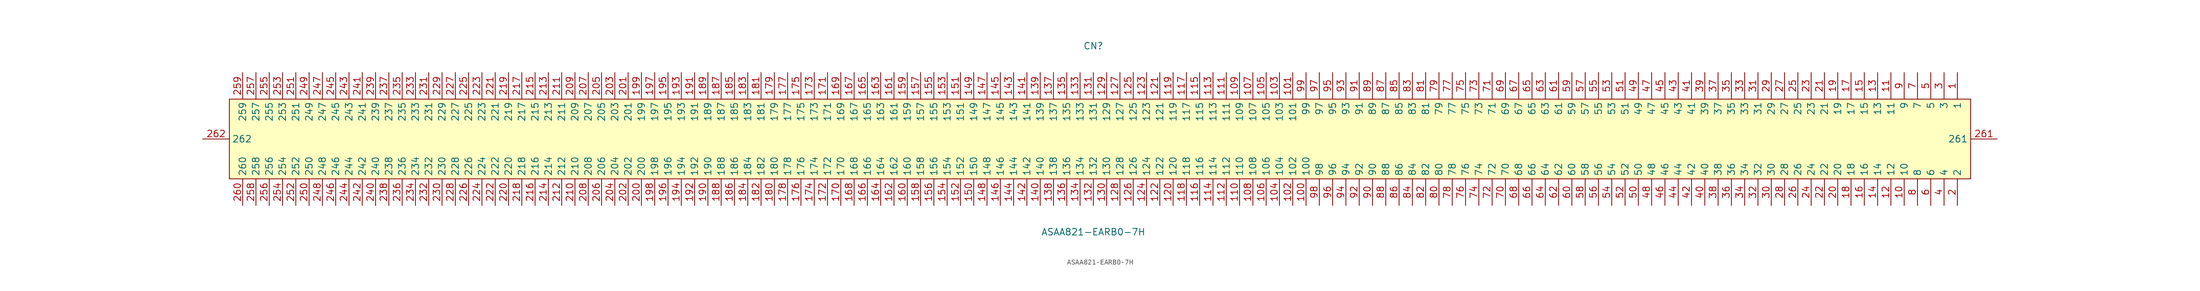
<source format=kicad_sym>
(kicad_symbol_lib
  (version 20231120)
  (generator "kicad_symbol_editor")
  (generator_version "8.0")
  (symbol "ASAA821-EARB0-7H"
    (property "Reference" "CN"
      (at 0 17.78 0)
      (effects (font (size 1.27 1.27))))
    (property "Value" "ASAA821-EARB0-7H"
      (at 0 -17.78 0)
      (effects (font (size 1.27 1.27))))
    (symbol "ASAA821-EARB0-7H_0_1"
      (rectangle (start -165.1 7.62) (end 167.64 -7.62) (stroke (width 0) (type default)) (fill (type background)))
      (pin unspecified line (at 165.1 12.7 270) (length 5.08) (name "1" (effects (font (size 1.27 1.27)))) (number "1" (effects (font (size 1.27 1.27)))))
      (pin unspecified line (at 154.94 -12.7 90) (length 5.08) (name "10" (effects (font (size 1.27 1.27)))) (number "10" (effects (font (size 1.27 1.27)))))
      (pin unspecified line (at 40.64 -12.7 90) (length 5.08) (name "100" (effects (font (size 1.27 1.27)))) (number "100" (effects (font (size 1.27 1.27)))))
      (pin unspecified line (at 38.1 12.7 270) (length 5.08) (name "101" (effects (font (size 1.27 1.27)))) (number "101" (effects (font (size 1.27 1.27)))))
      (pin unspecified line (at 38.1 -12.7 90) (length 5.08) (name "102" (effects (font (size 1.27 1.27)))) (number "102" (effects (font (size 1.27 1.27)))))
      (pin unspecified line (at 35.56 12.7 270) (length 5.08) (name "103" (effects (font (size 1.27 1.27)))) (number "103" (effects (font (size 1.27 1.27)))))
      (pin unspecified line (at 35.56 -12.7 90) (length 5.08) (name "104" (effects (font (size 1.27 1.27)))) (number "104" (effects (font (size 1.27 1.27)))))
      (pin unspecified line (at 33.02 12.7 270) (length 5.08) (name "105" (effects (font (size 1.27 1.27)))) (number "105" (effects (font (size 1.27 1.27)))))
      (pin unspecified line (at 33.02 -12.7 90) (length 5.08) (name "106" (effects (font (size 1.27 1.27)))) (number "106" (effects (font (size 1.27 1.27)))))
      (pin unspecified line (at 30.48 12.7 270) (length 5.08) (name "107" (effects (font (size 1.27 1.27)))) (number "107" (effects (font (size 1.27 1.27)))))
      (pin unspecified line (at 30.48 -12.7 90) (length 5.08) (name "108" (effects (font (size 1.27 1.27)))) (number "108" (effects (font (size 1.27 1.27)))))
      (pin unspecified line (at 27.94 12.7 270) (length 5.08) (name "109" (effects (font (size 1.27 1.27)))) (number "109" (effects (font (size 1.27 1.27)))))
      (pin unspecified line (at 152.4 12.7 270) (length 5.08) (name "11" (effects (font (size 1.27 1.27)))) (number "11" (effects (font (size 1.27 1.27)))))
      (pin unspecified line (at 27.94 -12.7 90) (length 5.08) (name "110" (effects (font (size 1.27 1.27)))) (number "110" (effects (font (size 1.27 1.27)))))
      (pin unspecified line (at 25.4 12.7 270) (length 5.08) (name "111" (effects (font (size 1.27 1.27)))) (number "111" (effects (font (size 1.27 1.27)))))
      (pin unspecified line (at 25.4 -12.7 90) (length 5.08) (name "112" (effects (font (size 1.27 1.27)))) (number "112" (effects (font (size 1.27 1.27)))))
      (pin unspecified line (at 22.86 12.7 270) (length 5.08) (name "113" (effects (font (size 1.27 1.27)))) (number "113" (effects (font (size 1.27 1.27)))))
      (pin unspecified line (at 22.86 -12.7 90) (length 5.08) (name "114" (effects (font (size 1.27 1.27)))) (number "114" (effects (font (size 1.27 1.27)))))
      (pin unspecified line (at 20.32 12.7 270) (length 5.08) (name "115" (effects (font (size 1.27 1.27)))) (number "115" (effects (font (size 1.27 1.27)))))
      (pin unspecified line (at 20.32 -12.7 90) (length 5.08) (name "116" (effects (font (size 1.27 1.27)))) (number "116" (effects (font (size 1.27 1.27)))))
      (pin unspecified line (at 17.78 12.7 270) (length 5.08) (name "117" (effects (font (size 1.27 1.27)))) (number "117" (effects (font (size 1.27 1.27)))))
      (pin unspecified line (at 17.78 -12.7 90) (length 5.08) (name "118" (effects (font (size 1.27 1.27)))) (number "118" (effects (font (size 1.27 1.27)))))
      (pin unspecified line (at 15.24 12.7 270) (length 5.08) (name "119" (effects (font (size 1.27 1.27)))) (number "119" (effects (font (size 1.27 1.27)))))
      (pin unspecified line (at 152.4 -12.7 90) (length 5.08) (name "12" (effects (font (size 1.27 1.27)))) (number "12" (effects (font (size 1.27 1.27)))))
      (pin unspecified line (at 15.24 -12.7 90) (length 5.08) (name "120" (effects (font (size 1.27 1.27)))) (number "120" (effects (font (size 1.27 1.27)))))
      (pin unspecified line (at 12.7 12.7 270) (length 5.08) (name "121" (effects (font (size 1.27 1.27)))) (number "121" (effects (font (size 1.27 1.27)))))
      (pin unspecified line (at 12.7 -12.7 90) (length 5.08) (name "122" (effects (font (size 1.27 1.27)))) (number "122" (effects (font (size 1.27 1.27)))))
      (pin unspecified line (at 10.16 12.7 270) (length 5.08) (name "123" (effects (font (size 1.27 1.27)))) (number "123" (effects (font (size 1.27 1.27)))))
      (pin unspecified line (at 10.16 -12.7 90) (length 5.08) (name "124" (effects (font (size 1.27 1.27)))) (number "124" (effects (font (size 1.27 1.27)))))
      (pin unspecified line (at 7.62 12.7 270) (length 5.08) (name "125" (effects (font (size 1.27 1.27)))) (number "125" (effects (font (size 1.27 1.27)))))
      (pin unspecified line (at 7.62 -12.7 90) (length 5.08) (name "126" (effects (font (size 1.27 1.27)))) (number "126" (effects (font (size 1.27 1.27)))))
      (pin unspecified line (at 5.08 12.7 270) (length 5.08) (name "127" (effects (font (size 1.27 1.27)))) (number "127" (effects (font (size 1.27 1.27)))))
      (pin unspecified line (at 5.08 -12.7 90) (length 5.08) (name "128" (effects (font (size 1.27 1.27)))) (number "128" (effects (font (size 1.27 1.27)))))
      (pin unspecified line (at 2.54 12.7 270) (length 5.08) (name "129" (effects (font (size 1.27 1.27)))) (number "129" (effects (font (size 1.27 1.27)))))
      (pin unspecified line (at 149.86 12.7 270) (length 5.08) (name "13" (effects (font (size 1.27 1.27)))) (number "13" (effects (font (size 1.27 1.27)))))
      (pin unspecified line (at 2.54 -12.7 90) (length 5.08) (name "130" (effects (font (size 1.27 1.27)))) (number "130" (effects (font (size 1.27 1.27)))))
      (pin unspecified line (at 0 12.7 270) (length 5.08) (name "131" (effects (font (size 1.27 1.27)))) (number "131" (effects (font (size 1.27 1.27)))))
      (pin unspecified line (at 0 -12.7 90) (length 5.08) (name "132" (effects (font (size 1.27 1.27)))) (number "132" (effects (font (size 1.27 1.27)))))
      (pin unspecified line (at -2.54 12.7 270) (length 5.08) (name "133" (effects (font (size 1.27 1.27)))) (number "133" (effects (font (size 1.27 1.27)))))
      (pin unspecified line (at -2.54 -12.7 90) (length 5.08) (name "134" (effects (font (size 1.27 1.27)))) (number "134" (effects (font (size 1.27 1.27)))))
      (pin unspecified line (at -5.08 12.7 270) (length 5.08) (name "135" (effects (font (size 1.27 1.27)))) (number "135" (effects (font (size 1.27 1.27)))))
      (pin unspecified line (at -5.08 -12.7 90) (length 5.08) (name "136" (effects (font (size 1.27 1.27)))) (number "136" (effects (font (size 1.27 1.27)))))
      (pin unspecified line (at -7.62 12.7 270) (length 5.08) (name "137" (effects (font (size 1.27 1.27)))) (number "137" (effects (font (size 1.27 1.27)))))
      (pin unspecified line (at -7.62 -12.7 90) (length 5.08) (name "138" (effects (font (size 1.27 1.27)))) (number "138" (effects (font (size 1.27 1.27)))))
      (pin unspecified line (at -10.16 12.7 270) (length 5.08) (name "139" (effects (font (size 1.27 1.27)))) (number "139" (effects (font (size 1.27 1.27)))))
      (pin unspecified line (at 149.86 -12.7 90) (length 5.08) (name "14" (effects (font (size 1.27 1.27)))) (number "14" (effects (font (size 1.27 1.27)))))
      (pin unspecified line (at -10.16 -12.7 90) (length 5.08) (name "140" (effects (font (size 1.27 1.27)))) (number "140" (effects (font (size 1.27 1.27)))))
      (pin unspecified line (at -12.7 12.7 270) (length 5.08) (name "141" (effects (font (size 1.27 1.27)))) (number "141" (effects (font (size 1.27 1.27)))))
      (pin unspecified line (at -12.7 -12.7 90) (length 5.08) (name "142" (effects (font (size 1.27 1.27)))) (number "142" (effects (font (size 1.27 1.27)))))
      (pin unspecified line (at -15.24 12.7 270) (length 5.08) (name "143" (effects (font (size 1.27 1.27)))) (number "143" (effects (font (size 1.27 1.27)))))
      (pin unspecified line (at -15.24 -12.7 90) (length 5.08) (name "144" (effects (font (size 1.27 1.27)))) (number "144" (effects (font (size 1.27 1.27)))))
      (pin unspecified line (at -17.78 12.7 270) (length 5.08) (name "145" (effects (font (size 1.27 1.27)))) (number "145" (effects (font (size 1.27 1.27)))))
      (pin unspecified line (at -17.78 -12.7 90) (length 5.08) (name "146" (effects (font (size 1.27 1.27)))) (number "146" (effects (font (size 1.27 1.27)))))
      (pin unspecified line (at -20.32 12.7 270) (length 5.08) (name "147" (effects (font (size 1.27 1.27)))) (number "147" (effects (font (size 1.27 1.27)))))
      (pin unspecified line (at -20.32 -12.7 90) (length 5.08) (name "148" (effects (font (size 1.27 1.27)))) (number "148" (effects (font (size 1.27 1.27)))))
      (pin unspecified line (at -22.86 12.7 270) (length 5.08) (name "149" (effects (font (size 1.27 1.27)))) (number "149" (effects (font (size 1.27 1.27)))))
      (pin unspecified line (at 147.32 12.7 270) (length 5.08) (name "15" (effects (font (size 1.27 1.27)))) (number "15" (effects (font (size 1.27 1.27)))))
      (pin unspecified line (at -22.86 -12.7 90) (length 5.08) (name "150" (effects (font (size 1.27 1.27)))) (number "150" (effects (font (size 1.27 1.27)))))
      (pin unspecified line (at -25.4 12.7 270) (length 5.08) (name "151" (effects (font (size 1.27 1.27)))) (number "151" (effects (font (size 1.27 1.27)))))
      (pin unspecified line (at -25.4 -12.7 90) (length 5.08) (name "152" (effects (font (size 1.27 1.27)))) (number "152" (effects (font (size 1.27 1.27)))))
      (pin unspecified line (at -27.94 12.7 270) (length 5.08) (name "153" (effects (font (size 1.27 1.27)))) (number "153" (effects (font (size 1.27 1.27)))))
      (pin unspecified line (at -27.94 -12.7 90) (length 5.08) (name "154" (effects (font (size 1.27 1.27)))) (number "154" (effects (font (size 1.27 1.27)))))
      (pin unspecified line (at -30.48 12.7 270) (length 5.08) (name "155" (effects (font (size 1.27 1.27)))) (number "155" (effects (font (size 1.27 1.27)))))
      (pin unspecified line (at -30.48 -12.7 90) (length 5.08) (name "156" (effects (font (size 1.27 1.27)))) (number "156" (effects (font (size 1.27 1.27)))))
      (pin unspecified line (at -33.02 12.7 270) (length 5.08) (name "157" (effects (font (size 1.27 1.27)))) (number "157" (effects (font (size 1.27 1.27)))))
      (pin unspecified line (at -33.02 -12.7 90) (length 5.08) (name "158" (effects (font (size 1.27 1.27)))) (number "158" (effects (font (size 1.27 1.27)))))
      (pin unspecified line (at -35.56 12.7 270) (length 5.08) (name "159" (effects (font (size 1.27 1.27)))) (number "159" (effects (font (size 1.27 1.27)))))
      (pin unspecified line (at 147.32 -12.7 90) (length 5.08) (name "16" (effects (font (size 1.27 1.27)))) (number "16" (effects (font (size 1.27 1.27)))))
      (pin unspecified line (at -35.56 -12.7 90) (length 5.08) (name "160" (effects (font (size 1.27 1.27)))) (number "160" (effects (font (size 1.27 1.27)))))
      (pin unspecified line (at -38.1 12.7 270) (length 5.08) (name "161" (effects (font (size 1.27 1.27)))) (number "161" (effects (font (size 1.27 1.27)))))
      (pin unspecified line (at -38.1 -12.7 90) (length 5.08) (name "162" (effects (font (size 1.27 1.27)))) (number "162" (effects (font (size 1.27 1.27)))))
      (pin unspecified line (at -40.64 12.7 270) (length 5.08) (name "163" (effects (font (size 1.27 1.27)))) (number "163" (effects (font (size 1.27 1.27)))))
      (pin unspecified line (at -40.64 -12.7 90) (length 5.08) (name "164" (effects (font (size 1.27 1.27)))) (number "164" (effects (font (size 1.27 1.27)))))
      (pin unspecified line (at -43.18 12.7 270) (length 5.08) (name "165" (effects (font (size 1.27 1.27)))) (number "165" (effects (font (size 1.27 1.27)))))
      (pin unspecified line (at -43.18 -12.7 90) (length 5.08) (name "166" (effects (font (size 1.27 1.27)))) (number "166" (effects (font (size 1.27 1.27)))))
      (pin unspecified line (at -45.72 12.7 270) (length 5.08) (name "167" (effects (font (size 1.27 1.27)))) (number "167" (effects (font (size 1.27 1.27)))))
      (pin unspecified line (at -45.72 -12.7 90) (length 5.08) (name "168" (effects (font (size 1.27 1.27)))) (number "168" (effects (font (size 1.27 1.27)))))
      (pin unspecified line (at -48.26 12.7 270) (length 5.08) (name "169" (effects (font (size 1.27 1.27)))) (number "169" (effects (font (size 1.27 1.27)))))
      (pin unspecified line (at 144.78 12.7 270) (length 5.08) (name "17" (effects (font (size 1.27 1.27)))) (number "17" (effects (font (size 1.27 1.27)))))
      (pin unspecified line (at -48.26 -12.7 90) (length 5.08) (name "170" (effects (font (size 1.27 1.27)))) (number "170" (effects (font (size 1.27 1.27)))))
      (pin unspecified line (at -50.8 12.7 270) (length 5.08) (name "171" (effects (font (size 1.27 1.27)))) (number "171" (effects (font (size 1.27 1.27)))))
      (pin unspecified line (at -50.8 -12.7 90) (length 5.08) (name "172" (effects (font (size 1.27 1.27)))) (number "172" (effects (font (size 1.27 1.27)))))
      (pin unspecified line (at -53.34 12.7 270) (length 5.08) (name "173" (effects (font (size 1.27 1.27)))) (number "173" (effects (font (size 1.27 1.27)))))
      (pin unspecified line (at -53.34 -12.7 90) (length 5.08) (name "174" (effects (font (size 1.27 1.27)))) (number "174" (effects (font (size 1.27 1.27)))))
      (pin unspecified line (at -55.88 12.7 270) (length 5.08) (name "175" (effects (font (size 1.27 1.27)))) (number "175" (effects (font (size 1.27 1.27)))))
      (pin unspecified line (at -55.88 -12.7 90) (length 5.08) (name "176" (effects (font (size 1.27 1.27)))) (number "176" (effects (font (size 1.27 1.27)))))
      (pin unspecified line (at -58.42 12.7 270) (length 5.08) (name "177" (effects (font (size 1.27 1.27)))) (number "177" (effects (font (size 1.27 1.27)))))
      (pin unspecified line (at -58.42 -12.7 90) (length 5.08) (name "178" (effects (font (size 1.27 1.27)))) (number "178" (effects (font (size 1.27 1.27)))))
      (pin unspecified line (at -60.96 12.7 270) (length 5.08) (name "179" (effects (font (size 1.27 1.27)))) (number "179" (effects (font (size 1.27 1.27)))))
      (pin unspecified line (at 144.78 -12.7 90) (length 5.08) (name "18" (effects (font (size 1.27 1.27)))) (number "18" (effects (font (size 1.27 1.27)))))
      (pin unspecified line (at -60.96 -12.7 90) (length 5.08) (name "180" (effects (font (size 1.27 1.27)))) (number "180" (effects (font (size 1.27 1.27)))))
      (pin unspecified line (at -63.5 12.7 270) (length 5.08) (name "181" (effects (font (size 1.27 1.27)))) (number "181" (effects (font (size 1.27 1.27)))))
      (pin unspecified line (at -63.5 -12.7 90) (length 5.08) (name "182" (effects (font (size 1.27 1.27)))) (number "182" (effects (font (size 1.27 1.27)))))
      (pin unspecified line (at -66.04 12.7 270) (length 5.08) (name "183" (effects (font (size 1.27 1.27)))) (number "183" (effects (font (size 1.27 1.27)))))
      (pin unspecified line (at -66.04 -12.7 90) (length 5.08) (name "184" (effects (font (size 1.27 1.27)))) (number "184" (effects (font (size 1.27 1.27)))))
      (pin unspecified line (at -68.58 12.7 270) (length 5.08) (name "185" (effects (font (size 1.27 1.27)))) (number "185" (effects (font (size 1.27 1.27)))))
      (pin unspecified line (at -68.58 -12.7 90) (length 5.08) (name "186" (effects (font (size 1.27 1.27)))) (number "186" (effects (font (size 1.27 1.27)))))
      (pin unspecified line (at -71.12 12.7 270) (length 5.08) (name "187" (effects (font (size 1.27 1.27)))) (number "187" (effects (font (size 1.27 1.27)))))
      (pin unspecified line (at -71.12 -12.7 90) (length 5.08) (name "188" (effects (font (size 1.27 1.27)))) (number "188" (effects (font (size 1.27 1.27)))))
      (pin unspecified line (at -73.66 12.7 270) (length 5.08) (name "189" (effects (font (size 1.27 1.27)))) (number "189" (effects (font (size 1.27 1.27)))))
      (pin unspecified line (at 142.24 12.7 270) (length 5.08) (name "19" (effects (font (size 1.27 1.27)))) (number "19" (effects (font (size 1.27 1.27)))))
      (pin unspecified line (at -73.66 -12.7 90) (length 5.08) (name "190" (effects (font (size 1.27 1.27)))) (number "190" (effects (font (size 1.27 1.27)))))
      (pin unspecified line (at -76.2 12.7 270) (length 5.08) (name "191" (effects (font (size 1.27 1.27)))) (number "191" (effects (font (size 1.27 1.27)))))
      (pin unspecified line (at -76.2 -12.7 90) (length 5.08) (name "192" (effects (font (size 1.27 1.27)))) (number "192" (effects (font (size 1.27 1.27)))))
      (pin unspecified line (at -78.74 12.7 270) (length 5.08) (name "193" (effects (font (size 1.27 1.27)))) (number "193" (effects (font (size 1.27 1.27)))))
      (pin unspecified line (at -78.74 -12.7 90) (length 5.08) (name "194" (effects (font (size 1.27 1.27)))) (number "194" (effects (font (size 1.27 1.27)))))
      (pin unspecified line (at -81.28 12.7 270) (length 5.08) (name "195" (effects (font (size 1.27 1.27)))) (number "195" (effects (font (size 1.27 1.27)))))
      (pin unspecified line (at -81.28 -12.7 90) (length 5.08) (name "196" (effects (font (size 1.27 1.27)))) (number "196" (effects (font (size 1.27 1.27)))))
      (pin unspecified line (at -83.82 12.7 270) (length 5.08) (name "197" (effects (font (size 1.27 1.27)))) (number "197" (effects (font (size 1.27 1.27)))))
      (pin unspecified line (at -83.82 -12.7 90) (length 5.08) (name "198" (effects (font (size 1.27 1.27)))) (number "198" (effects (font (size 1.27 1.27)))))
      (pin unspecified line (at -86.36 12.7 270) (length 5.08) (name "199" (effects (font (size 1.27 1.27)))) (number "199" (effects (font (size 1.27 1.27)))))
      (pin unspecified line (at 165.1 -12.7 90) (length 5.08) (name "2" (effects (font (size 1.27 1.27)))) (number "2" (effects (font (size 1.27 1.27)))))
      (pin unspecified line (at 142.24 -12.7 90) (length 5.08) (name "20" (effects (font (size 1.27 1.27)))) (number "20" (effects (font (size 1.27 1.27)))))
      (pin unspecified line (at -86.36 -12.7 90) (length 5.08) (name "200" (effects (font (size 1.27 1.27)))) (number "200" (effects (font (size 1.27 1.27)))))
      (pin unspecified line (at -88.9 12.7 270) (length 5.08) (name "201" (effects (font (size 1.27 1.27)))) (number "201" (effects (font (size 1.27 1.27)))))
      (pin unspecified line (at -88.9 -12.7 90) (length 5.08) (name "202" (effects (font (size 1.27 1.27)))) (number "202" (effects (font (size 1.27 1.27)))))
      (pin unspecified line (at -91.44 12.7 270) (length 5.08) (name "203" (effects (font (size 1.27 1.27)))) (number "203" (effects (font (size 1.27 1.27)))))
      (pin unspecified line (at -91.44 -12.7 90) (length 5.08) (name "204" (effects (font (size 1.27 1.27)))) (number "204" (effects (font (size 1.27 1.27)))))
      (pin unspecified line (at -93.98 12.7 270) (length 5.08) (name "205" (effects (font (size 1.27 1.27)))) (number "205" (effects (font (size 1.27 1.27)))))
      (pin unspecified line (at -93.98 -12.7 90) (length 5.08) (name "206" (effects (font (size 1.27 1.27)))) (number "206" (effects (font (size 1.27 1.27)))))
      (pin unspecified line (at -96.52 12.7 270) (length 5.08) (name "207" (effects (font (size 1.27 1.27)))) (number "207" (effects (font (size 1.27 1.27)))))
      (pin unspecified line (at -96.52 -12.7 90) (length 5.08) (name "208" (effects (font (size 1.27 1.27)))) (number "208" (effects (font (size 1.27 1.27)))))
      (pin unspecified line (at -99.06 12.7 270) (length 5.08) (name "209" (effects (font (size 1.27 1.27)))) (number "209" (effects (font (size 1.27 1.27)))))
      (pin unspecified line (at 139.7 12.7 270) (length 5.08) (name "21" (effects (font (size 1.27 1.27)))) (number "21" (effects (font (size 1.27 1.27)))))
      (pin unspecified line (at -99.06 -12.7 90) (length 5.08) (name "210" (effects (font (size 1.27 1.27)))) (number "210" (effects (font (size 1.27 1.27)))))
      (pin unspecified line (at -101.6 12.7 270) (length 5.08) (name "211" (effects (font (size 1.27 1.27)))) (number "211" (effects (font (size 1.27 1.27)))))
      (pin unspecified line (at -101.6 -12.7 90) (length 5.08) (name "212" (effects (font (size 1.27 1.27)))) (number "212" (effects (font (size 1.27 1.27)))))
      (pin unspecified line (at -104.14 12.7 270) (length 5.08) (name "213" (effects (font (size 1.27 1.27)))) (number "213" (effects (font (size 1.27 1.27)))))
      (pin unspecified line (at -104.14 -12.7 90) (length 5.08) (name "214" (effects (font (size 1.27 1.27)))) (number "214" (effects (font (size 1.27 1.27)))))
      (pin unspecified line (at -106.68 12.7 270) (length 5.08) (name "215" (effects (font (size 1.27 1.27)))) (number "215" (effects (font (size 1.27 1.27)))))
      (pin unspecified line (at -106.68 -12.7 90) (length 5.08) (name "216" (effects (font (size 1.27 1.27)))) (number "216" (effects (font (size 1.27 1.27)))))
      (pin unspecified line (at -109.22 12.7 270) (length 5.08) (name "217" (effects (font (size 1.27 1.27)))) (number "217" (effects (font (size 1.27 1.27)))))
      (pin unspecified line (at -109.22 -12.7 90) (length 5.08) (name "218" (effects (font (size 1.27 1.27)))) (number "218" (effects (font (size 1.27 1.27)))))
      (pin unspecified line (at -111.76 12.7 270) (length 5.08) (name "219" (effects (font (size 1.27 1.27)))) (number "219" (effects (font (size 1.27 1.27)))))
      (pin unspecified line (at 139.7 -12.7 90) (length 5.08) (name "22" (effects (font (size 1.27 1.27)))) (number "22" (effects (font (size 1.27 1.27)))))
      (pin unspecified line (at -111.76 -12.7 90) (length 5.08) (name "220" (effects (font (size 1.27 1.27)))) (number "220" (effects (font (size 1.27 1.27)))))
      (pin unspecified line (at -114.3 12.7 270) (length 5.08) (name "221" (effects (font (size 1.27 1.27)))) (number "221" (effects (font (size 1.27 1.27)))))
      (pin unspecified line (at -114.3 -12.7 90) (length 5.08) (name "222" (effects (font (size 1.27 1.27)))) (number "222" (effects (font (size 1.27 1.27)))))
      (pin unspecified line (at -116.84 12.7 270) (length 5.08) (name "223" (effects (font (size 1.27 1.27)))) (number "223" (effects (font (size 1.27 1.27)))))
      (pin unspecified line (at -116.84 -12.7 90) (length 5.08) (name "224" (effects (font (size 1.27 1.27)))) (number "224" (effects (font (size 1.27 1.27)))))
      (pin unspecified line (at -119.38 12.7 270) (length 5.08) (name "225" (effects (font (size 1.27 1.27)))) (number "225" (effects (font (size 1.27 1.27)))))
      (pin unspecified line (at -119.38 -12.7 90) (length 5.08) (name "226" (effects (font (size 1.27 1.27)))) (number "226" (effects (font (size 1.27 1.27)))))
      (pin unspecified line (at -121.92 12.7 270) (length 5.08) (name "227" (effects (font (size 1.27 1.27)))) (number "227" (effects (font (size 1.27 1.27)))))
      (pin unspecified line (at -121.92 -12.7 90) (length 5.08) (name "228" (effects (font (size 1.27 1.27)))) (number "228" (effects (font (size 1.27 1.27)))))
      (pin unspecified line (at -124.46 12.7 270) (length 5.08) (name "229" (effects (font (size 1.27 1.27)))) (number "229" (effects (font (size 1.27 1.27)))))
      (pin unspecified line (at 137.16 12.7 270) (length 5.08) (name "23" (effects (font (size 1.27 1.27)))) (number "23" (effects (font (size 1.27 1.27)))))
      (pin unspecified line (at -124.46 -12.7 90) (length 5.08) (name "230" (effects (font (size 1.27 1.27)))) (number "230" (effects (font (size 1.27 1.27)))))
      (pin unspecified line (at -127 12.7 270) (length 5.08) (name "231" (effects (font (size 1.27 1.27)))) (number "231" (effects (font (size 1.27 1.27)))))
      (pin unspecified line (at -127 -12.7 90) (length 5.08) (name "232" (effects (font (size 1.27 1.27)))) (number "232" (effects (font (size 1.27 1.27)))))
      (pin unspecified line (at -129.54 12.7 270) (length 5.08) (name "233" (effects (font (size 1.27 1.27)))) (number "233" (effects (font (size 1.27 1.27)))))
      (pin unspecified line (at -129.54 -12.7 90) (length 5.08) (name "234" (effects (font (size 1.27 1.27)))) (number "234" (effects (font (size 1.27 1.27)))))
      (pin unspecified line (at -132.08 12.7 270) (length 5.08) (name "235" (effects (font (size 1.27 1.27)))) (number "235" (effects (font (size 1.27 1.27)))))
      (pin unspecified line (at -132.08 -12.7 90) (length 5.08) (name "236" (effects (font (size 1.27 1.27)))) (number "236" (effects (font (size 1.27 1.27)))))
      (pin unspecified line (at -134.62 12.7 270) (length 5.08) (name "237" (effects (font (size 1.27 1.27)))) (number "237" (effects (font (size 1.27 1.27)))))
      (pin unspecified line (at -134.62 -12.7 90) (length 5.08) (name "238" (effects (font (size 1.27 1.27)))) (number "238" (effects (font (size 1.27 1.27)))))
      (pin unspecified line (at -137.16 12.7 270) (length 5.08) (name "239" (effects (font (size 1.27 1.27)))) (number "239" (effects (font (size 1.27 1.27)))))
      (pin unspecified line (at 137.16 -12.7 90) (length 5.08) (name "24" (effects (font (size 1.27 1.27)))) (number "24" (effects (font (size 1.27 1.27)))))
      (pin unspecified line (at -137.16 -12.7 90) (length 5.08) (name "240" (effects (font (size 1.27 1.27)))) (number "240" (effects (font (size 1.27 1.27)))))
      (pin unspecified line (at -139.7 12.7 270) (length 5.08) (name "241" (effects (font (size 1.27 1.27)))) (number "241" (effects (font (size 1.27 1.27)))))
      (pin unspecified line (at -139.7 -12.7 90) (length 5.08) (name "242" (effects (font (size 1.27 1.27)))) (number "242" (effects (font (size 1.27 1.27)))))
      (pin unspecified line (at -142.24 12.7 270) (length 5.08) (name "243" (effects (font (size 1.27 1.27)))) (number "243" (effects (font (size 1.27 1.27)))))
      (pin unspecified line (at -142.24 -12.7 90) (length 5.08) (name "244" (effects (font (size 1.27 1.27)))) (number "244" (effects (font (size 1.27 1.27)))))
      (pin unspecified line (at -144.78 12.7 270) (length 5.08) (name "245" (effects (font (size 1.27 1.27)))) (number "245" (effects (font (size 1.27 1.27)))))
      (pin unspecified line (at -144.78 -12.7 90) (length 5.08) (name "246" (effects (font (size 1.27 1.27)))) (number "246" (effects (font (size 1.27 1.27)))))
      (pin unspecified line (at -147.32 12.7 270) (length 5.08) (name "247" (effects (font (size 1.27 1.27)))) (number "247" (effects (font (size 1.27 1.27)))))
      (pin unspecified line (at -147.32 -12.7 90) (length 5.08) (name "248" (effects (font (size 1.27 1.27)))) (number "248" (effects (font (size 1.27 1.27)))))
      (pin unspecified line (at -149.86 12.7 270) (length 5.08) (name "249" (effects (font (size 1.27 1.27)))) (number "249" (effects (font (size 1.27 1.27)))))
      (pin unspecified line (at 134.62 12.7 270) (length 5.08) (name "25" (effects (font (size 1.27 1.27)))) (number "25" (effects (font (size 1.27 1.27)))))
      (pin unspecified line (at -149.86 -12.7 90) (length 5.08) (name "250" (effects (font (size 1.27 1.27)))) (number "250" (effects (font (size 1.27 1.27)))))
      (pin unspecified line (at -152.4 12.7 270) (length 5.08) (name "251" (effects (font (size 1.27 1.27)))) (number "251" (effects (font (size 1.27 1.27)))))
      (pin unspecified line (at -152.4 -12.7 90) (length 5.08) (name "252" (effects (font (size 1.27 1.27)))) (number "252" (effects (font (size 1.27 1.27)))))
      (pin unspecified line (at -154.94 12.7 270) (length 5.08) (name "253" (effects (font (size 1.27 1.27)))) (number "253" (effects (font (size 1.27 1.27)))))
      (pin unspecified line (at -154.94 -12.7 90) (length 5.08) (name "254" (effects (font (size 1.27 1.27)))) (number "254" (effects (font (size 1.27 1.27)))))
      (pin unspecified line (at -157.48 12.7 270) (length 5.08) (name "255" (effects (font (size 1.27 1.27)))) (number "255" (effects (font (size 1.27 1.27)))))
      (pin unspecified line (at -157.48 -12.7 90) (length 5.08) (name "256" (effects (font (size 1.27 1.27)))) (number "256" (effects (font (size 1.27 1.27)))))
      (pin unspecified line (at -160.02 12.7 270) (length 5.08) (name "257" (effects (font (size 1.27 1.27)))) (number "257" (effects (font (size 1.27 1.27)))))
      (pin unspecified line (at -160.02 -12.7 90) (length 5.08) (name "258" (effects (font (size 1.27 1.27)))) (number "258" (effects (font (size 1.27 1.27)))))
      (pin unspecified line (at -162.56 12.7 270) (length 5.08) (name "259" (effects (font (size 1.27 1.27)))) (number "259" (effects (font (size 1.27 1.27)))))
      (pin unspecified line (at 134.62 -12.7 90) (length 5.08) (name "26" (effects (font (size 1.27 1.27)))) (number "26" (effects (font (size 1.27 1.27)))))
      (pin unspecified line (at -162.56 -12.7 90) (length 5.08) (name "260" (effects (font (size 1.27 1.27)))) (number "260" (effects (font (size 1.27 1.27)))))
      (pin unspecified line (at 172.72 0 180) (length 5.08) (name "261" (effects (font (size 1.27 1.27)))) (number "261" (effects (font (size 1.27 1.27)))))
      (pin unspecified line (at -170.18 0 0) (length 5.08) (name "262" (effects (font (size 1.27 1.27)))) (number "262" (effects (font (size 1.27 1.27)))))
      (pin unspecified line (at 132.08 12.7 270) (length 5.08) (name "27" (effects (font (size 1.27 1.27)))) (number "27" (effects (font (size 1.27 1.27)))))
      (pin unspecified line (at 132.08 -12.7 90) (length 5.08) (name "28" (effects (font (size 1.27 1.27)))) (number "28" (effects (font (size 1.27 1.27)))))
      (pin unspecified line (at 129.54 12.7 270) (length 5.08) (name "29" (effects (font (size 1.27 1.27)))) (number "29" (effects (font (size 1.27 1.27)))))
      (pin unspecified line (at 162.56 12.7 270) (length 5.08) (name "3" (effects (font (size 1.27 1.27)))) (number "3" (effects (font (size 1.27 1.27)))))
      (pin unspecified line (at 129.54 -12.7 90) (length 5.08) (name "30" (effects (font (size 1.27 1.27)))) (number "30" (effects (font (size 1.27 1.27)))))
      (pin unspecified line (at 127 12.7 270) (length 5.08) (name "31" (effects (font (size 1.27 1.27)))) (number "31" (effects (font (size 1.27 1.27)))))
      (pin unspecified line (at 127 -12.7 90) (length 5.08) (name "32" (effects (font (size 1.27 1.27)))) (number "32" (effects (font (size 1.27 1.27)))))
      (pin unspecified line (at 124.46 12.7 270) (length 5.08) (name "33" (effects (font (size 1.27 1.27)))) (number "33" (effects (font (size 1.27 1.27)))))
      (pin unspecified line (at 124.46 -12.7 90) (length 5.08) (name "34" (effects (font (size 1.27 1.27)))) (number "34" (effects (font (size 1.27 1.27)))))
      (pin unspecified line (at 121.92 12.7 270) (length 5.08) (name "35" (effects (font (size 1.27 1.27)))) (number "35" (effects (font (size 1.27 1.27)))))
      (pin unspecified line (at 121.92 -12.7 90) (length 5.08) (name "36" (effects (font (size 1.27 1.27)))) (number "36" (effects (font (size 1.27 1.27)))))
      (pin unspecified line (at 119.38 12.7 270) (length 5.08) (name "37" (effects (font (size 1.27 1.27)))) (number "37" (effects (font (size 1.27 1.27)))))
      (pin unspecified line (at 119.38 -12.7 90) (length 5.08) (name "38" (effects (font (size 1.27 1.27)))) (number "38" (effects (font (size 1.27 1.27)))))
      (pin unspecified line (at 116.84 12.7 270) (length 5.08) (name "39" (effects (font (size 1.27 1.27)))) (number "39" (effects (font (size 1.27 1.27)))))
      (pin unspecified line (at 162.56 -12.7 90) (length 5.08) (name "4" (effects (font (size 1.27 1.27)))) (number "4" (effects (font (size 1.27 1.27)))))
      (pin unspecified line (at 116.84 -12.7 90) (length 5.08) (name "40" (effects (font (size 1.27 1.27)))) (number "40" (effects (font (size 1.27 1.27)))))
      (pin unspecified line (at 114.3 12.7 270) (length 5.08) (name "41" (effects (font (size 1.27 1.27)))) (number "41" (effects (font (size 1.27 1.27)))))
      (pin unspecified line (at 114.3 -12.7 90) (length 5.08) (name "42" (effects (font (size 1.27 1.27)))) (number "42" (effects (font (size 1.27 1.27)))))
      (pin unspecified line (at 111.76 12.7 270) (length 5.08) (name "43" (effects (font (size 1.27 1.27)))) (number "43" (effects (font (size 1.27 1.27)))))
      (pin unspecified line (at 111.76 -12.7 90) (length 5.08) (name "44" (effects (font (size 1.27 1.27)))) (number "44" (effects (font (size 1.27 1.27)))))
      (pin unspecified line (at 109.22 12.7 270) (length 5.08) (name "45" (effects (font (size 1.27 1.27)))) (number "45" (effects (font (size 1.27 1.27)))))
      (pin unspecified line (at 109.22 -12.7 90) (length 5.08) (name "46" (effects (font (size 1.27 1.27)))) (number "46" (effects (font (size 1.27 1.27)))))
      (pin unspecified line (at 106.68 12.7 270) (length 5.08) (name "47" (effects (font (size 1.27 1.27)))) (number "47" (effects (font (size 1.27 1.27)))))
      (pin unspecified line (at 106.68 -12.7 90) (length 5.08) (name "48" (effects (font (size 1.27 1.27)))) (number "48" (effects (font (size 1.27 1.27)))))
      (pin unspecified line (at 104.14 12.7 270) (length 5.08) (name "49" (effects (font (size 1.27 1.27)))) (number "49" (effects (font (size 1.27 1.27)))))
      (pin unspecified line (at 160.02 12.7 270) (length 5.08) (name "5" (effects (font (size 1.27 1.27)))) (number "5" (effects (font (size 1.27 1.27)))))
      (pin unspecified line (at 104.14 -12.7 90) (length 5.08) (name "50" (effects (font (size 1.27 1.27)))) (number "50" (effects (font (size 1.27 1.27)))))
      (pin unspecified line (at 101.6 12.7 270) (length 5.08) (name "51" (effects (font (size 1.27 1.27)))) (number "51" (effects (font (size 1.27 1.27)))))
      (pin unspecified line (at 101.6 -12.7 90) (length 5.08) (name "52" (effects (font (size 1.27 1.27)))) (number "52" (effects (font (size 1.27 1.27)))))
      (pin unspecified line (at 99.06 12.7 270) (length 5.08) (name "53" (effects (font (size 1.27 1.27)))) (number "53" (effects (font (size 1.27 1.27)))))
      (pin unspecified line (at 99.06 -12.7 90) (length 5.08) (name "54" (effects (font (size 1.27 1.27)))) (number "54" (effects (font (size 1.27 1.27)))))
      (pin unspecified line (at 96.52 12.7 270) (length 5.08) (name "55" (effects (font (size 1.27 1.27)))) (number "55" (effects (font (size 1.27 1.27)))))
      (pin unspecified line (at 96.52 -12.7 90) (length 5.08) (name "56" (effects (font (size 1.27 1.27)))) (number "56" (effects (font (size 1.27 1.27)))))
      (pin unspecified line (at 93.98 12.7 270) (length 5.08) (name "57" (effects (font (size 1.27 1.27)))) (number "57" (effects (font (size 1.27 1.27)))))
      (pin unspecified line (at 93.98 -12.7 90) (length 5.08) (name "58" (effects (font (size 1.27 1.27)))) (number "58" (effects (font (size 1.27 1.27)))))
      (pin unspecified line (at 91.44 12.7 270) (length 5.08) (name "59" (effects (font (size 1.27 1.27)))) (number "59" (effects (font (size 1.27 1.27)))))
      (pin unspecified line (at 160.02 -12.7 90) (length 5.08) (name "6" (effects (font (size 1.27 1.27)))) (number "6" (effects (font (size 1.27 1.27)))))
      (pin unspecified line (at 91.44 -12.7 90) (length 5.08) (name "60" (effects (font (size 1.27 1.27)))) (number "60" (effects (font (size 1.27 1.27)))))
      (pin unspecified line (at 88.9 12.7 270) (length 5.08) (name "61" (effects (font (size 1.27 1.27)))) (number "61" (effects (font (size 1.27 1.27)))))
      (pin unspecified line (at 88.9 -12.7 90) (length 5.08) (name "62" (effects (font (size 1.27 1.27)))) (number "62" (effects (font (size 1.27 1.27)))))
      (pin unspecified line (at 86.36 12.7 270) (length 5.08) (name "63" (effects (font (size 1.27 1.27)))) (number "63" (effects (font (size 1.27 1.27)))))
      (pin unspecified line (at 86.36 -12.7 90) (length 5.08) (name "64" (effects (font (size 1.27 1.27)))) (number "64" (effects (font (size 1.27 1.27)))))
      (pin unspecified line (at 83.82 12.7 270) (length 5.08) (name "65" (effects (font (size 1.27 1.27)))) (number "65" (effects (font (size 1.27 1.27)))))
      (pin unspecified line (at 83.82 -12.7 90) (length 5.08) (name "66" (effects (font (size 1.27 1.27)))) (number "66" (effects (font (size 1.27 1.27)))))
      (pin unspecified line (at 81.28 12.7 270) (length 5.08) (name "67" (effects (font (size 1.27 1.27)))) (number "67" (effects (font (size 1.27 1.27)))))
      (pin unspecified line (at 81.28 -12.7 90) (length 5.08) (name "68" (effects (font (size 1.27 1.27)))) (number "68" (effects (font (size 1.27 1.27)))))
      (pin unspecified line (at 78.74 12.7 270) (length 5.08) (name "69" (effects (font (size 1.27 1.27)))) (number "69" (effects (font (size 1.27 1.27)))))
      (pin unspecified line (at 157.48 12.7 270) (length 5.08) (name "7" (effects (font (size 1.27 1.27)))) (number "7" (effects (font (size 1.27 1.27)))))
      (pin unspecified line (at 78.74 -12.7 90) (length 5.08) (name "70" (effects (font (size 1.27 1.27)))) (number "70" (effects (font (size 1.27 1.27)))))
      (pin unspecified line (at 76.2 12.7 270) (length 5.08) (name "71" (effects (font (size 1.27 1.27)))) (number "71" (effects (font (size 1.27 1.27)))))
      (pin unspecified line (at 76.2 -12.7 90) (length 5.08) (name "72" (effects (font (size 1.27 1.27)))) (number "72" (effects (font (size 1.27 1.27)))))
      (pin unspecified line (at 73.66 12.7 270) (length 5.08) (name "73" (effects (font (size 1.27 1.27)))) (number "73" (effects (font (size 1.27 1.27)))))
      (pin unspecified line (at 73.66 -12.7 90) (length 5.08) (name "74" (effects (font (size 1.27 1.27)))) (number "74" (effects (font (size 1.27 1.27)))))
      (pin unspecified line (at 71.12 12.7 270) (length 5.08) (name "75" (effects (font (size 1.27 1.27)))) (number "75" (effects (font (size 1.27 1.27)))))
      (pin unspecified line (at 71.12 -12.7 90) (length 5.08) (name "76" (effects (font (size 1.27 1.27)))) (number "76" (effects (font (size 1.27 1.27)))))
      (pin unspecified line (at 68.58 12.7 270) (length 5.08) (name "77" (effects (font (size 1.27 1.27)))) (number "77" (effects (font (size 1.27 1.27)))))
      (pin unspecified line (at 68.58 -12.7 90) (length 5.08) (name "78" (effects (font (size 1.27 1.27)))) (number "78" (effects (font (size 1.27 1.27)))))
      (pin unspecified line (at 66.04 12.7 270) (length 5.08) (name "79" (effects (font (size 1.27 1.27)))) (number "79" (effects (font (size 1.27 1.27)))))
      (pin unspecified line (at 157.48 -12.7 90) (length 5.08) (name "8" (effects (font (size 1.27 1.27)))) (number "8" (effects (font (size 1.27 1.27)))))
      (pin unspecified line (at 66.04 -12.7 90) (length 5.08) (name "80" (effects (font (size 1.27 1.27)))) (number "80" (effects (font (size 1.27 1.27)))))
      (pin unspecified line (at 63.5 12.7 270) (length 5.08) (name "81" (effects (font (size 1.27 1.27)))) (number "81" (effects (font (size 1.27 1.27)))))
      (pin unspecified line (at 63.5 -12.7 90) (length 5.08) (name "82" (effects (font (size 1.27 1.27)))) (number "82" (effects (font (size 1.27 1.27)))))
      (pin unspecified line (at 60.96 12.7 270) (length 5.08) (name "83" (effects (font (size 1.27 1.27)))) (number "83" (effects (font (size 1.27 1.27)))))
      (pin unspecified line (at 60.96 -12.7 90) (length 5.08) (name "84" (effects (font (size 1.27 1.27)))) (number "84" (effects (font (size 1.27 1.27)))))
      (pin unspecified line (at 58.42 12.7 270) (length 5.08) (name "85" (effects (font (size 1.27 1.27)))) (number "85" (effects (font (size 1.27 1.27)))))
      (pin unspecified line (at 58.42 -12.7 90) (length 5.08) (name "86" (effects (font (size 1.27 1.27)))) (number "86" (effects (font (size 1.27 1.27)))))
      (pin unspecified line (at 55.88 12.7 270) (length 5.08) (name "87" (effects (font (size 1.27 1.27)))) (number "87" (effects (font (size 1.27 1.27)))))
      (pin unspecified line (at 55.88 -12.7 90) (length 5.08) (name "88" (effects (font (size 1.27 1.27)))) (number "88" (effects (font (size 1.27 1.27)))))
      (pin unspecified line (at 53.34 12.7 270) (length 5.08) (name "89" (effects (font (size 1.27 1.27)))) (number "89" (effects (font (size 1.27 1.27)))))
      (pin unspecified line (at 154.94 12.7 270) (length 5.08) (name "9" (effects (font (size 1.27 1.27)))) (number "9" (effects (font (size 1.27 1.27)))))
      (pin unspecified line (at 53.34 -12.7 90) (length 5.08) (name "90" (effects (font (size 1.27 1.27)))) (number "90" (effects (font (size 1.27 1.27)))))
      (pin unspecified line (at 50.8 12.7 270) (length 5.08) (name "91" (effects (font (size 1.27 1.27)))) (number "91" (effects (font (size 1.27 1.27)))))
      (pin unspecified line (at 50.8 -12.7 90) (length 5.08) (name "92" (effects (font (size 1.27 1.27)))) (number "92" (effects (font (size 1.27 1.27)))))
      (pin unspecified line (at 48.26 12.7 270) (length 5.08) (name "93" (effects (font (size 1.27 1.27)))) (number "93" (effects (font (size 1.27 1.27)))))
      (pin unspecified line (at 48.26 -12.7 90) (length 5.08) (name "94" (effects (font (size 1.27 1.27)))) (number "94" (effects (font (size 1.27 1.27)))))
      (pin unspecified line (at 45.72 12.7 270) (length 5.08) (name "95" (effects (font (size 1.27 1.27)))) (number "95" (effects (font (size 1.27 1.27)))))
      (pin unspecified line (at 45.72 -12.7 90) (length 5.08) (name "96" (effects (font (size 1.27 1.27)))) (number "96" (effects (font (size 1.27 1.27)))))
      (pin unspecified line (at 43.18 12.7 270) (length 5.08) (name "97" (effects (font (size 1.27 1.27)))) (number "97" (effects (font (size 1.27 1.27)))))
      (pin unspecified line (at 43.18 -12.7 90) (length 5.08) (name "98" (effects (font (size 1.27 1.27)))) (number "98" (effects (font (size 1.27 1.27)))))
      (pin unspecified line (at 40.64 12.7 270) (length 5.08) (name "99" (effects (font (size 1.27 1.27)))) (number "99" (effects (font (size 1.27 1.27))))))))
</source>
